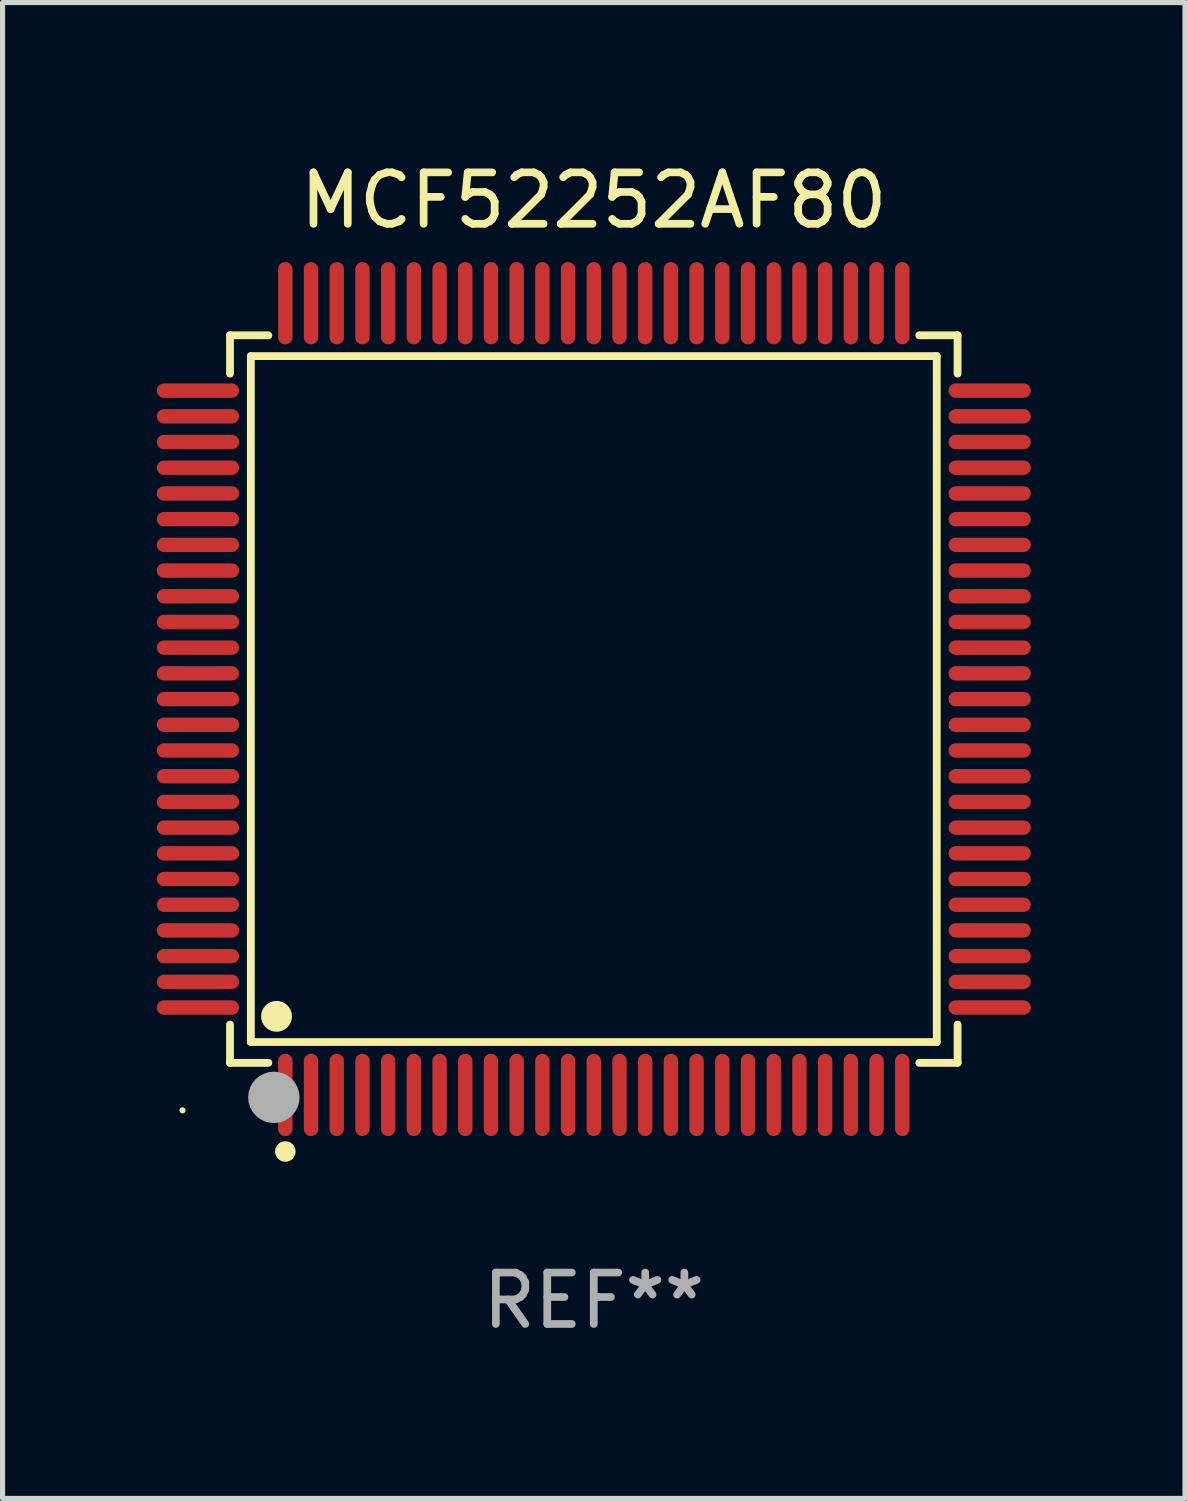
<source format=kicad_pcb>
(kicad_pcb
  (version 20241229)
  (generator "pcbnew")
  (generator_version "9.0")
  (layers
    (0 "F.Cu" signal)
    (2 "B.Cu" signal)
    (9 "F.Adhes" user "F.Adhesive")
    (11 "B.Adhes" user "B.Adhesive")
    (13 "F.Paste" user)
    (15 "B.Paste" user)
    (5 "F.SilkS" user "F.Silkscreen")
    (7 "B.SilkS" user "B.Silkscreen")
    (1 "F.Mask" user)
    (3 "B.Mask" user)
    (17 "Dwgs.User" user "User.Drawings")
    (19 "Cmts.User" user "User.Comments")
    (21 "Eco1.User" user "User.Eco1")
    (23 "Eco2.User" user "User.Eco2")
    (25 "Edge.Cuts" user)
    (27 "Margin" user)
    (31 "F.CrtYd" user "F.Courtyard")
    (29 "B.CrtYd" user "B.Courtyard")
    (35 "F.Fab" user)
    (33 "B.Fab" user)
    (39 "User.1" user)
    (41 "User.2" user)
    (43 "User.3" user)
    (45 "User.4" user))
  (footprint "MCF52252AF80"
    (layer "F.Cu")
    (at 8.5 10.548)
    (property "Reference" "MCF52252AF80" (at 0 -9.7 0) (layer "F.SilkS") (effects (font (size 1 1) (thickness 0.15))))
    (attr through_hole)
    (fp_line (start -7.076 -7.076) (end -6.331 -7.076) (stroke (width 0.152) (type solid)) (layer "F.SilkS"))
    (fp_line (start -7.076 -6.331) (end -7.076 -7.076) (stroke (width 0.152) (type solid)) (layer "F.SilkS"))
    (fp_line (start -7.076 6.331) (end -7.076 7.076) (stroke (width 0.152) (type solid)) (layer "F.SilkS"))
    (fp_line (start -7.076 7.076) (end -6.331 7.076) (stroke (width 0.152) (type solid)) (layer "F.SilkS"))
    (fp_line (start -6.671 -6.671) (end 6.671 -6.671) (stroke (width 0.152) (type solid)) (layer "F.SilkS"))
    (fp_line (start -6.671 6.671) (end -6.671 -6.671) (stroke (width 0.152) (type solid)) (layer "F.SilkS"))
    (fp_line (start 6.671 -6.671) (end 6.671 6.671) (stroke (width 0.152) (type solid)) (layer "F.SilkS"))
    (fp_line (start 6.671 6.671) (end -6.671 6.671) (stroke (width 0.152) (type solid)) (layer "F.SilkS"))
    (fp_line (start 7.076 -7.076) (end 6.331 -7.076) (stroke (width 0.152) (type solid)) (layer "F.SilkS"))
    (fp_line (start 7.076 -6.331) (end 7.076 -7.076) (stroke (width 0.152) (type solid)) (layer "F.SilkS"))
    (fp_line (start 7.076 6.331) (end 7.076 7.076) (stroke (width 0.152) (type solid)) (layer "F.SilkS"))
    (fp_line (start 7.076 7.076) (end 6.331 7.076) (stroke (width 0.152) (type solid)) (layer "F.SilkS"))
    (fp_circle (center -8 8) (end -7.97 8) (stroke (width 0.06) (type solid)) (fill no) (layer "F.SilkS"))
    (fp_circle (center -6.171 6.171) (end -6.021 6.171) (stroke (width 0.3) (type solid)) (fill no) (layer "F.SilkS"))
    (fp_circle (center -6 8.8) (end -5.9 8.8) (stroke (width 0.2) (type solid)) (fill no) (layer "F.SilkS"))
    (fp_circle (center -6.223 7.747) (end -5.973 7.747) (stroke (width 0.5) (type solid)) (fill no) (layer "F.Fab"))
    (fp_text user "REF**" (at 0 11.7 0) (layer "F.Fab") (effects (font (size 1 1) (thickness 0.15))))
    (pad "1" smd oval (at -6 7.7) (size 0.28 1.6) (layers "F.Cu" "F.Mask" "F.Paste"))
    (pad "2" smd oval (at -5.5 7.7) (size 0.28 1.6) (layers "F.Cu" "F.Mask" "F.Paste"))
    (pad "3" smd oval (at -5 7.7) (size 0.28 1.6) (layers "F.Cu" "F.Mask" "F.Paste"))
    (pad "4" smd oval (at -4.5 7.7) (size 0.28 1.6) (layers "F.Cu" "F.Mask" "F.Paste"))
    (pad "5" smd oval (at -4 7.7) (size 0.28 1.6) (layers "F.Cu" "F.Mask" "F.Paste"))
    (pad "6" smd oval (at -3.5 7.7) (size 0.28 1.6) (layers "F.Cu" "F.Mask" "F.Paste"))
    (pad "7" smd oval (at -3 7.7) (size 0.28 1.6) (layers "F.Cu" "F.Mask" "F.Paste"))
    (pad "8" smd oval (at -2.5 7.7) (size 0.28 1.6) (layers "F.Cu" "F.Mask" "F.Paste"))
    (pad "9" smd oval (at -2 7.7) (size 0.28 1.6) (layers "F.Cu" "F.Mask" "F.Paste"))
    (pad "10" smd oval (at -1.5 7.7) (size 0.28 1.6) (layers "F.Cu" "F.Mask" "F.Paste"))
    (pad "11" smd oval (at -1 7.7) (size 0.28 1.6) (layers "F.Cu" "F.Mask" "F.Paste"))
    (pad "12" smd oval (at -0.5 7.7) (size 0.28 1.6) (layers "F.Cu" "F.Mask" "F.Paste"))
    (pad "13" smd oval (at 0 7.7) (size 0.28 1.6) (layers "F.Cu" "F.Mask" "F.Paste"))
    (pad "14" smd oval (at 0.5 7.7) (size 0.28 1.6) (layers "F.Cu" "F.Mask" "F.Paste"))
    (pad "15" smd oval (at 1 7.7) (size 0.28 1.6) (layers "F.Cu" "F.Mask" "F.Paste"))
    (pad "16" smd oval (at 1.5 7.7) (size 0.28 1.6) (layers "F.Cu" "F.Mask" "F.Paste"))
    (pad "17" smd oval (at 2 7.7) (size 0.28 1.6) (layers "F.Cu" "F.Mask" "F.Paste"))
    (pad "18" smd oval (at 2.5 7.7) (size 0.28 1.6) (layers "F.Cu" "F.Mask" "F.Paste"))
    (pad "19" smd oval (at 3 7.7) (size 0.28 1.6) (layers "F.Cu" "F.Mask" "F.Paste"))
    (pad "20" smd oval (at 3.5 7.7) (size 0.28 1.6) (layers "F.Cu" "F.Mask" "F.Paste"))
    (pad "21" smd oval (at 4 7.7) (size 0.28 1.6) (layers "F.Cu" "F.Mask" "F.Paste"))
    (pad "22" smd oval (at 4.5 7.7) (size 0.28 1.6) (layers "F.Cu" "F.Mask" "F.Paste"))
    (pad "23" smd oval (at 5 7.7) (size 0.28 1.6) (layers "F.Cu" "F.Mask" "F.Paste"))
    (pad "24" smd oval (at 5.5 7.7) (size 0.28 1.6) (layers "F.Cu" "F.Mask" "F.Paste"))
    (pad "25" smd oval (at 6 7.7) (size 0.28 1.6) (layers "F.Cu" "F.Mask" "F.Paste"))
    (pad "26" smd oval (at 7.7 6) (size 1.6 0.28) (layers "F.Cu" "F.Mask" "F.Paste"))
    (pad "27" smd oval (at 7.7 5.5) (size 1.6 0.28) (layers "F.Cu" "F.Mask" "F.Paste"))
    (pad "28" smd oval (at 7.7 5) (size 1.6 0.28) (layers "F.Cu" "F.Mask" "F.Paste"))
    (pad "29" smd oval (at 7.7 4.5) (size 1.6 0.28) (layers "F.Cu" "F.Mask" "F.Paste"))
    (pad "30" smd oval (at 7.7 4) (size 1.6 0.28) (layers "F.Cu" "F.Mask" "F.Paste"))
    (pad "31" smd oval (at 7.7 3.5) (size 1.6 0.28) (layers "F.Cu" "F.Mask" "F.Paste"))
    (pad "32" smd oval (at 7.7 3) (size 1.6 0.28) (layers "F.Cu" "F.Mask" "F.Paste"))
    (pad "33" smd oval (at 7.7 2.5) (size 1.6 0.28) (layers "F.Cu" "F.Mask" "F.Paste"))
    (pad "34" smd oval (at 7.7 2) (size 1.6 0.28) (layers "F.Cu" "F.Mask" "F.Paste"))
    (pad "35" smd oval (at 7.7 1.5) (size 1.6 0.28) (layers "F.Cu" "F.Mask" "F.Paste"))
    (pad "36" smd oval (at 7.7 1) (size 1.6 0.28) (layers "F.Cu" "F.Mask" "F.Paste"))
    (pad "37" smd oval (at 7.7 0.5) (size 1.6 0.28) (layers "F.Cu" "F.Mask" "F.Paste"))
    (pad "38" smd oval (at 7.7 0) (size 1.6 0.28) (layers "F.Cu" "F.Mask" "F.Paste"))
    (pad "39" smd oval (at 7.7 -0.5) (size 1.6 0.28) (layers "F.Cu" "F.Mask" "F.Paste"))
    (pad "40" smd oval (at 7.7 -1) (size 1.6 0.28) (layers "F.Cu" "F.Mask" "F.Paste"))
    (pad "41" smd oval (at 7.7 -1.5) (size 1.6 0.28) (layers "F.Cu" "F.Mask" "F.Paste"))
    (pad "42" smd oval (at 7.7 -2) (size 1.6 0.28) (layers "F.Cu" "F.Mask" "F.Paste"))
    (pad "43" smd oval (at 7.7 -2.5) (size 1.6 0.28) (layers "F.Cu" "F.Mask" "F.Paste"))
    (pad "44" smd oval (at 7.7 -3) (size 1.6 0.28) (layers "F.Cu" "F.Mask" "F.Paste"))
    (pad "45" smd oval (at 7.7 -3.5) (size 1.6 0.28) (layers "F.Cu" "F.Mask" "F.Paste"))
    (pad "46" smd oval (at 7.7 -4) (size 1.6 0.28) (layers "F.Cu" "F.Mask" "F.Paste"))
    (pad "47" smd oval (at 7.7 -4.5) (size 1.6 0.28) (layers "F.Cu" "F.Mask" "F.Paste"))
    (pad "48" smd oval (at 7.7 -5) (size 1.6 0.28) (layers "F.Cu" "F.Mask" "F.Paste"))
    (pad "49" smd oval (at 7.7 -5.5) (size 1.6 0.28) (layers "F.Cu" "F.Mask" "F.Paste"))
    (pad "50" smd oval (at 7.7 -6) (size 1.6 0.28) (layers "F.Cu" "F.Mask" "F.Paste"))
    (pad "51" smd oval (at 6 -7.7) (size 0.28 1.6) (layers "F.Cu" "F.Mask" "F.Paste"))
    (pad "52" smd oval (at 5.5 -7.7) (size 0.28 1.6) (layers "F.Cu" "F.Mask" "F.Paste"))
    (pad "53" smd oval (at 5 -7.7) (size 0.28 1.6) (layers "F.Cu" "F.Mask" "F.Paste"))
    (pad "54" smd oval (at 4.5 -7.7) (size 0.28 1.6) (layers "F.Cu" "F.Mask" "F.Paste"))
    (pad "55" smd oval (at 4 -7.7) (size 0.28 1.6) (layers "F.Cu" "F.Mask" "F.Paste"))
    (pad "56" smd oval (at 3.5 -7.7) (size 0.28 1.6) (layers "F.Cu" "F.Mask" "F.Paste"))
    (pad "57" smd oval (at 3 -7.7) (size 0.28 1.6) (layers "F.Cu" "F.Mask" "F.Paste"))
    (pad "58" smd oval (at 2.5 -7.7) (size 0.28 1.6) (layers "F.Cu" "F.Mask" "F.Paste"))
    (pad "59" smd oval (at 2 -7.7) (size 0.28 1.6) (layers "F.Cu" "F.Mask" "F.Paste"))
    (pad "60" smd oval (at 1.5 -7.7) (size 0.28 1.6) (layers "F.Cu" "F.Mask" "F.Paste"))
    (pad "61" smd oval (at 1 -7.7) (size 0.28 1.6) (layers "F.Cu" "F.Mask" "F.Paste"))
    (pad "62" smd oval (at 0.5 -7.7) (size 0.28 1.6) (layers "F.Cu" "F.Mask" "F.Paste"))
    (pad "63" smd oval (at 0 -7.7) (size 0.28 1.6) (layers "F.Cu" "F.Mask" "F.Paste"))
    (pad "64" smd oval (at -0.5 -7.7) (size 0.28 1.6) (layers "F.Cu" "F.Mask" "F.Paste"))
    (pad "65" smd oval (at -1 -7.7) (size 0.28 1.6) (layers "F.Cu" "F.Mask" "F.Paste"))
    (pad "66" smd oval (at -1.5 -7.7) (size 0.28 1.6) (layers "F.Cu" "F.Mask" "F.Paste"))
    (pad "67" smd oval (at -2 -7.7) (size 0.28 1.6) (layers "F.Cu" "F.Mask" "F.Paste"))
    (pad "68" smd oval (at -2.5 -7.7) (size 0.28 1.6) (layers "F.Cu" "F.Mask" "F.Paste"))
    (pad "69" smd oval (at -3 -7.7) (size 0.28 1.6) (layers "F.Cu" "F.Mask" "F.Paste"))
    (pad "70" smd oval (at -3.5 -7.7) (size 0.28 1.6) (layers "F.Cu" "F.Mask" "F.Paste"))
    (pad "71" smd oval (at -4 -7.7) (size 0.28 1.6) (layers "F.Cu" "F.Mask" "F.Paste"))
    (pad "72" smd oval (at -4.5 -7.7) (size 0.28 1.6) (layers "F.Cu" "F.Mask" "F.Paste"))
    (pad "73" smd oval (at -5 -7.7) (size 0.28 1.6) (layers "F.Cu" "F.Mask" "F.Paste"))
    (pad "74" smd oval (at -5.5 -7.7) (size 0.28 1.6) (layers "F.Cu" "F.Mask" "F.Paste"))
    (pad "75" smd oval (at -6 -7.7) (size 0.28 1.6) (layers "F.Cu" "F.Mask" "F.Paste"))
    (pad "76" smd oval (at -7.7 -6) (size 1.6 0.28) (layers "F.Cu" "F.Mask" "F.Paste"))
    (pad "77" smd oval (at -7.7 -5.5) (size 1.6 0.28) (layers "F.Cu" "F.Mask" "F.Paste"))
    (pad "78" smd oval (at -7.7 -5) (size 1.6 0.28) (layers "F.Cu" "F.Mask" "F.Paste"))
    (pad "79" smd oval (at -7.7 -4.5) (size 1.6 0.28) (layers "F.Cu" "F.Mask" "F.Paste"))
    (pad "80" smd oval (at -7.7 -4) (size 1.6 0.28) (layers "F.Cu" "F.Mask" "F.Paste"))
    (pad "81" smd oval (at -7.7 -3.5) (size 1.6 0.28) (layers "F.Cu" "F.Mask" "F.Paste"))
    (pad "82" smd oval (at -7.7 -3) (size 1.6 0.28) (layers "F.Cu" "F.Mask" "F.Paste"))
    (pad "83" smd oval (at -7.7 -2.5) (size 1.6 0.28) (layers "F.Cu" "F.Mask" "F.Paste"))
    (pad "84" smd oval (at -7.7 -2) (size 1.6 0.28) (layers "F.Cu" "F.Mask" "F.Paste"))
    (pad "85" smd oval (at -7.7 -1.5) (size 1.6 0.28) (layers "F.Cu" "F.Mask" "F.Paste"))
    (pad "86" smd oval (at -7.7 -1) (size 1.6 0.28) (layers "F.Cu" "F.Mask" "F.Paste"))
    (pad "87" smd oval (at -7.7 -0.5) (size 1.6 0.28) (layers "F.Cu" "F.Mask" "F.Paste"))
    (pad "88" smd oval (at -7.7 0) (size 1.6 0.28) (layers "F.Cu" "F.Mask" "F.Paste"))
    (pad "89" smd oval (at -7.7 0.5) (size 1.6 0.28) (layers "F.Cu" "F.Mask" "F.Paste"))
    (pad "90" smd oval (at -7.7 1) (size 1.6 0.28) (layers "F.Cu" "F.Mask" "F.Paste"))
    (pad "91" smd oval (at -7.7 1.5) (size 1.6 0.28) (layers "F.Cu" "F.Mask" "F.Paste"))
    (pad "92" smd oval (at -7.7 2) (size 1.6 0.28) (layers "F.Cu" "F.Mask" "F.Paste"))
    (pad "93" smd oval (at -7.7 2.5) (size 1.6 0.28) (layers "F.Cu" "F.Mask" "F.Paste"))
    (pad "94" smd oval (at -7.7 3) (size 1.6 0.28) (layers "F.Cu" "F.Mask" "F.Paste"))
    (pad "95" smd oval (at -7.7 3.5) (size 1.6 0.28) (layers "F.Cu" "F.Mask" "F.Paste"))
    (pad "96" smd oval (at -7.7 4) (size 1.6 0.28) (layers "F.Cu" "F.Mask" "F.Paste"))
    (pad "97" smd oval (at -7.7 4.5) (size 1.6 0.28) (layers "F.Cu" "F.Mask" "F.Paste"))
    (pad "98" smd oval (at -7.7 5) (size 1.6 0.28) (layers "F.Cu" "F.Mask" "F.Paste"))
    (pad "99" smd oval (at -7.7 5.5) (size 1.6 0.28) (layers "F.Cu" "F.Mask" "F.Paste"))
    (pad "100" smd oval (at -7.7 6) (size 1.6 0.28) (layers "F.Cu" "F.Mask" "F.Paste")))
  (gr_rect
    (start -3 -3)
    (end 20 26.097)
    (stroke (width 0.1) (type default))
    (fill no)
    (layer "Edge.Cuts")))
</source>
